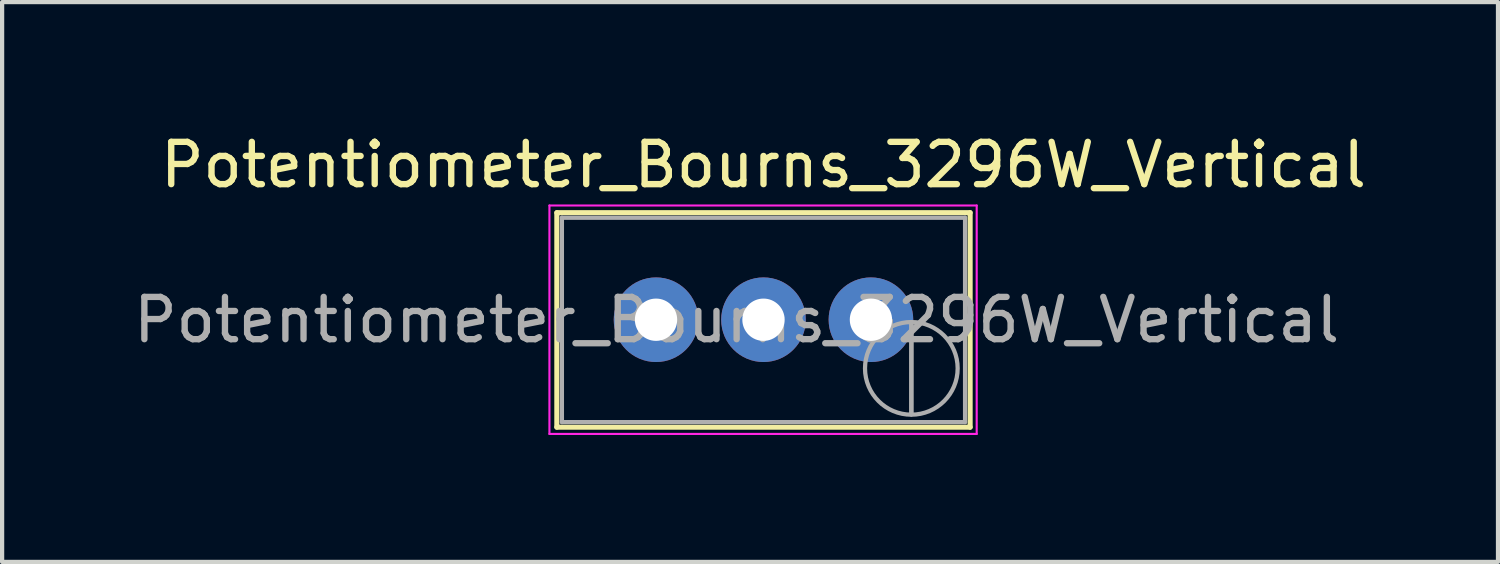
<source format=kicad_pcb>
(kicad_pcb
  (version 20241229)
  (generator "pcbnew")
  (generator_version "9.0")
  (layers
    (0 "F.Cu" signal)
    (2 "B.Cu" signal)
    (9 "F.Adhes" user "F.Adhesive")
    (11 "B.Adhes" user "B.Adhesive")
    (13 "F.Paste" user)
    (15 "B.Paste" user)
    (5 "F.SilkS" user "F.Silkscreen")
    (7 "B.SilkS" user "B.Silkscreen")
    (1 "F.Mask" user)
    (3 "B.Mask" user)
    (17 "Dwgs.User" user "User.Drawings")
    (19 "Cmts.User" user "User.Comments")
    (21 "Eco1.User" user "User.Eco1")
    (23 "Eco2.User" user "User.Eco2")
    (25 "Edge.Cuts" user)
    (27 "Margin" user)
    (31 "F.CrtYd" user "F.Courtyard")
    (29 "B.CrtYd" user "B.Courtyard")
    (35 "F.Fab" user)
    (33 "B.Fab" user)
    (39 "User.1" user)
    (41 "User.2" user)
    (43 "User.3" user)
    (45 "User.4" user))
  (footprint "Potentiometer_Bourns_3296W_Vertical"
    (layer "F.Cu")
    (at 17.538 4.508)
    (property "Reference" "Potentiometer_Bourns_3296W_Vertical" (at -2.54 -3.66 0) (layer "F.SilkS") (effects (font (size 1 1) (thickness 0.15))))
    (attr through_hole)
    (fp_line (start -7.425 -2.53) (end -7.425 2.54) (stroke (width 0.12) (type solid)) (layer "F.SilkS"))
    (fp_line (start -7.425 -2.53) (end 2.345 -2.53) (stroke (width 0.12) (type solid)) (layer "F.SilkS"))
    (fp_line (start -7.425 2.54) (end 2.345 2.54) (stroke (width 0.12) (type solid)) (layer "F.SilkS"))
    (fp_line (start 2.345 -2.53) (end 2.345 2.54) (stroke (width 0.12) (type solid)) (layer "F.SilkS"))
    (fp_line (start -7.6 -2.7) (end -7.6 2.7) (stroke (width 0.05) (type solid)) (layer "F.CrtYd"))
    (fp_line (start -7.6 2.7) (end 2.5 2.7) (stroke (width 0.05) (type solid)) (layer "F.CrtYd"))
    (fp_line (start 2.5 -2.7) (end -7.6 -2.7) (stroke (width 0.05) (type solid)) (layer "F.CrtYd"))
    (fp_line (start 2.5 2.7) (end 2.5 -2.7) (stroke (width 0.05) (type solid)) (layer "F.CrtYd"))
    (fp_line (start -7.305 -2.41) (end -7.305 2.42) (stroke (width 0.1) (type solid)) (layer "F.Fab"))
    (fp_line (start -7.305 2.42) (end 2.225 2.42) (stroke (width 0.1) (type solid)) (layer "F.Fab"))
    (fp_line (start 0.955 2.235) (end 0.956 0.066) (stroke (width 0.1) (type solid)) (layer "F.Fab"))
    (fp_line (start 0.955 2.235) (end 0.956 0.066) (stroke (width 0.1) (type solid)) (layer "F.Fab"))
    (fp_line (start 2.225 -2.41) (end -7.305 -2.41) (stroke (width 0.1) (type solid)) (layer "F.Fab"))
    (fp_line (start 2.225 2.42) (end 2.225 -2.41) (stroke (width 0.1) (type solid)) (layer "F.Fab"))
    (fp_circle (center 0.955 1.15) (end 2.05 1.15) (stroke (width 0.1) (type solid)) (fill no) (layer "F.Fab"))
    (fp_text user "${REFERENCE}" (at -3.175 0.005 0) (layer "F.Fab") (effects (font (size 1 1) (thickness 0.15))))
    (pad "1" thru_hole circle (at 0 0) (size 2 2) (drill 1) (layers "*.Cu" "*.Mask"))
    (pad "2" thru_hole circle (at -2.54 0) (size 2 2) (drill 1) (layers "*.Cu" "*.Mask"))
    (pad "3" thru_hole circle (at -5.08 0) (size 2 2) (drill 1) (layers "*.Cu" "*.Mask")))
  (gr_rect
    (start -3 -3)
    (end 32.361 10.233)
    (stroke (width 0.1) (type default))
    (fill no)
    (layer "Edge.Cuts")))
</source>
